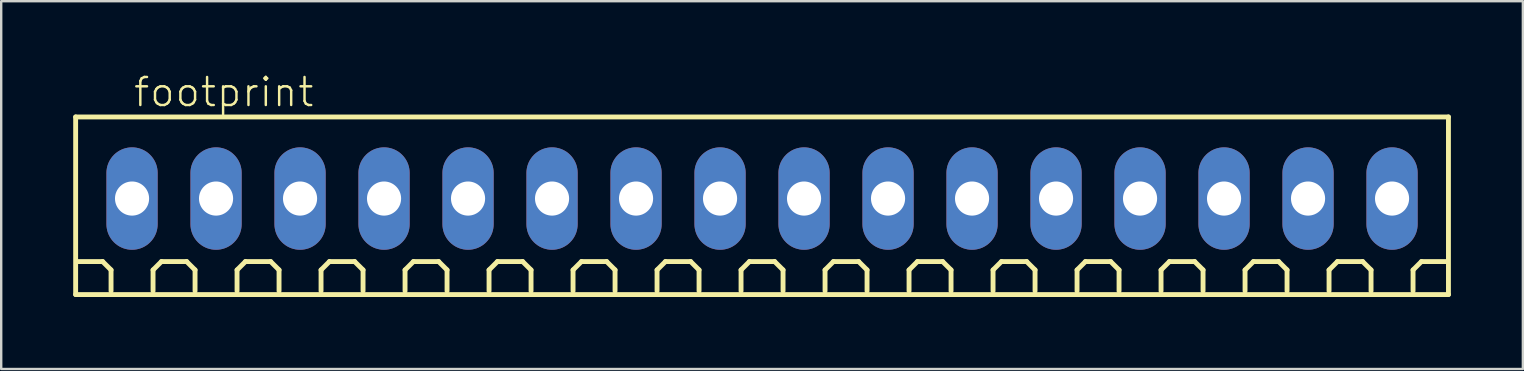
<source format=kicad_pcb>
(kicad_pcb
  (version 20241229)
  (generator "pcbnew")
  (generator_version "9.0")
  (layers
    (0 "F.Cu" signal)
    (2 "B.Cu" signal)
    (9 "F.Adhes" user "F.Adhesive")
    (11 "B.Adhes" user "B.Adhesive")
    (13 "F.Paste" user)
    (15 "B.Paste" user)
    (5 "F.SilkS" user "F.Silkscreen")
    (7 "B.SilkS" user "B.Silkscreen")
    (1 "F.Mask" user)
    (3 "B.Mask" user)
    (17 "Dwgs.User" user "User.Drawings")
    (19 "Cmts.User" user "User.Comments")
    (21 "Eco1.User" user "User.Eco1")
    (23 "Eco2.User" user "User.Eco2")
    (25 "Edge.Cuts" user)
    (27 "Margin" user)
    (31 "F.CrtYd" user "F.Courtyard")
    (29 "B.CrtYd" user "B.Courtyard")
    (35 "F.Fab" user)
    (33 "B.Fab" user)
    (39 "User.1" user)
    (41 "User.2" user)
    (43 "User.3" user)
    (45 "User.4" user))
  (footprint "footprint"
    (layer "F.Cu")
    (at 28.702 5.223)
    (property "Reference" "footprint" (at -26.25 -3.75 0) (layer "F.SilkS") (effects (font (size 1.168 1.168) (thickness 0.102)) (justify left bottom)))
    (fp_line (start -28.6 -3.4) (end 28.6 -3.4) (stroke (width 0.203) (type solid)) (layer "F.SilkS"))
    (fp_line (start -28.6 4) (end -28.6 -3.4) (stroke (width 0.203) (type solid)) (layer "F.SilkS"))
    (fp_line (start -27.475 2.625) (end -28.525 2.625) (stroke (width 0.203) (type solid)) (layer "F.SilkS"))
    (fp_line (start -27.125 2.975) (end -27.475 2.625) (stroke (width 0.203) (type solid)) (layer "F.SilkS"))
    (fp_line (start -27.125 3.85) (end -27.125 2.975) (stroke (width 0.203) (type solid)) (layer "F.SilkS"))
    (fp_line (start -25.375 2.975) (end -25.025 2.625) (stroke (width 0.203) (type solid)) (layer "F.SilkS"))
    (fp_line (start -25.375 3.85) (end -25.375 2.975) (stroke (width 0.203) (type solid)) (layer "F.SilkS"))
    (fp_line (start -25.025 2.625) (end -23.975 2.625) (stroke (width 0.203) (type solid)) (layer "F.SilkS"))
    (fp_line (start -23.975 2.625) (end -23.625 2.975) (stroke (width 0.203) (type solid)) (layer "F.SilkS"))
    (fp_line (start -23.625 2.975) (end -23.625 3.85) (stroke (width 0.203) (type solid)) (layer "F.SilkS"))
    (fp_line (start -21.875 2.975) (end -21.525 2.625) (stroke (width 0.203) (type solid)) (layer "F.SilkS"))
    (fp_line (start -21.875 3.85) (end -21.875 2.975) (stroke (width 0.203) (type solid)) (layer "F.SilkS"))
    (fp_line (start -21.525 2.625) (end -20.475 2.625) (stroke (width 0.203) (type solid)) (layer "F.SilkS"))
    (fp_line (start -20.475 2.625) (end -20.125 2.975) (stroke (width 0.203) (type solid)) (layer "F.SilkS"))
    (fp_line (start -20.125 2.975) (end -20.125 3.85) (stroke (width 0.203) (type solid)) (layer "F.SilkS"))
    (fp_line (start -18.375 2.975) (end -18.025 2.625) (stroke (width 0.203) (type solid)) (layer "F.SilkS"))
    (fp_line (start -18.375 3.85) (end -18.375 2.975) (stroke (width 0.203) (type solid)) (layer "F.SilkS"))
    (fp_line (start -18.025 2.625) (end -16.975 2.625) (stroke (width 0.203) (type solid)) (layer "F.SilkS"))
    (fp_line (start -16.975 2.625) (end -16.625 2.975) (stroke (width 0.203) (type solid)) (layer "F.SilkS"))
    (fp_line (start -16.625 2.975) (end -16.625 3.85) (stroke (width 0.203) (type solid)) (layer "F.SilkS"))
    (fp_line (start -14.875 2.975) (end -14.525 2.625) (stroke (width 0.203) (type solid)) (layer "F.SilkS"))
    (fp_line (start -14.875 3.85) (end -14.875 2.975) (stroke (width 0.203) (type solid)) (layer "F.SilkS"))
    (fp_line (start -14.525 2.625) (end -13.475 2.625) (stroke (width 0.203) (type solid)) (layer "F.SilkS"))
    (fp_line (start -13.475 2.625) (end -13.125 2.975) (stroke (width 0.203) (type solid)) (layer "F.SilkS"))
    (fp_line (start -13.125 2.975) (end -13.125 3.85) (stroke (width 0.203) (type solid)) (layer "F.SilkS"))
    (fp_line (start -11.375 2.975) (end -11.025 2.625) (stroke (width 0.203) (type solid)) (layer "F.SilkS"))
    (fp_line (start -11.375 3.85) (end -11.375 2.975) (stroke (width 0.203) (type solid)) (layer "F.SilkS"))
    (fp_line (start -11.025 2.625) (end -9.975 2.625) (stroke (width 0.203) (type solid)) (layer "F.SilkS"))
    (fp_line (start -9.975 2.625) (end -9.625 2.975) (stroke (width 0.203) (type solid)) (layer "F.SilkS"))
    (fp_line (start -9.625 2.975) (end -9.625 3.85) (stroke (width 0.203) (type solid)) (layer "F.SilkS"))
    (fp_line (start -7.875 2.975) (end -7.525 2.625) (stroke (width 0.203) (type solid)) (layer "F.SilkS"))
    (fp_line (start -7.875 3.85) (end -7.875 2.975) (stroke (width 0.203) (type solid)) (layer "F.SilkS"))
    (fp_line (start -7.525 2.625) (end -6.475 2.625) (stroke (width 0.203) (type solid)) (layer "F.SilkS"))
    (fp_line (start -6.475 2.625) (end -6.125 2.975) (stroke (width 0.203) (type solid)) (layer "F.SilkS"))
    (fp_line (start -6.125 2.975) (end -6.125 3.85) (stroke (width 0.203) (type solid)) (layer "F.SilkS"))
    (fp_line (start -4.375 2.975) (end -4.025 2.625) (stroke (width 0.203) (type solid)) (layer "F.SilkS"))
    (fp_line (start -4.375 3.85) (end -4.375 2.975) (stroke (width 0.203) (type solid)) (layer "F.SilkS"))
    (fp_line (start -4.025 2.625) (end -2.975 2.625) (stroke (width 0.203) (type solid)) (layer "F.SilkS"))
    (fp_line (start -2.975 2.625) (end -2.625 2.975) (stroke (width 0.203) (type solid)) (layer "F.SilkS"))
    (fp_line (start -2.625 2.975) (end -2.625 3.85) (stroke (width 0.203) (type solid)) (layer "F.SilkS"))
    (fp_line (start -0.875 2.975) (end -0.525 2.625) (stroke (width 0.203) (type solid)) (layer "F.SilkS"))
    (fp_line (start -0.875 3.85) (end -0.875 2.975) (stroke (width 0.203) (type solid)) (layer "F.SilkS"))
    (fp_line (start -0.525 2.625) (end 0.525 2.625) (stroke (width 0.203) (type solid)) (layer "F.SilkS"))
    (fp_line (start 0.525 2.625) (end 0.875 2.975) (stroke (width 0.203) (type solid)) (layer "F.SilkS"))
    (fp_line (start 0.875 2.975) (end 0.875 3.85) (stroke (width 0.203) (type solid)) (layer "F.SilkS"))
    (fp_line (start 2.625 2.975) (end 2.975 2.625) (stroke (width 0.203) (type solid)) (layer "F.SilkS"))
    (fp_line (start 2.625 3.85) (end 2.625 2.975) (stroke (width 0.203) (type solid)) (layer "F.SilkS"))
    (fp_line (start 2.975 2.625) (end 4.025 2.625) (stroke (width 0.203) (type solid)) (layer "F.SilkS"))
    (fp_line (start 4.025 2.625) (end 4.375 2.975) (stroke (width 0.203) (type solid)) (layer "F.SilkS"))
    (fp_line (start 4.375 2.975) (end 4.375 3.85) (stroke (width 0.203) (type solid)) (layer "F.SilkS"))
    (fp_line (start 6.125 2.975) (end 6.475 2.625) (stroke (width 0.203) (type solid)) (layer "F.SilkS"))
    (fp_line (start 6.125 3.85) (end 6.125 2.975) (stroke (width 0.203) (type solid)) (layer "F.SilkS"))
    (fp_line (start 6.475 2.625) (end 7.525 2.625) (stroke (width 0.203) (type solid)) (layer "F.SilkS"))
    (fp_line (start 7.525 2.625) (end 7.875 2.975) (stroke (width 0.203) (type solid)) (layer "F.SilkS"))
    (fp_line (start 7.875 2.975) (end 7.875 3.85) (stroke (width 0.203) (type solid)) (layer "F.SilkS"))
    (fp_line (start 9.625 2.975) (end 9.975 2.625) (stroke (width 0.203) (type solid)) (layer "F.SilkS"))
    (fp_line (start 9.625 3.85) (end 9.625 2.975) (stroke (width 0.203) (type solid)) (layer "F.SilkS"))
    (fp_line (start 9.975 2.625) (end 11.025 2.625) (stroke (width 0.203) (type solid)) (layer "F.SilkS"))
    (fp_line (start 11.025 2.625) (end 11.375 2.975) (stroke (width 0.203) (type solid)) (layer "F.SilkS"))
    (fp_line (start 11.375 2.975) (end 11.375 3.85) (stroke (width 0.203) (type solid)) (layer "F.SilkS"))
    (fp_line (start 13.125 2.975) (end 13.475 2.625) (stroke (width 0.203) (type solid)) (layer "F.SilkS"))
    (fp_line (start 13.125 3.85) (end 13.125 2.975) (stroke (width 0.203) (type solid)) (layer "F.SilkS"))
    (fp_line (start 13.475 2.625) (end 14.525 2.625) (stroke (width 0.203) (type solid)) (layer "F.SilkS"))
    (fp_line (start 14.525 2.625) (end 14.875 2.975) (stroke (width 0.203) (type solid)) (layer "F.SilkS"))
    (fp_line (start 14.875 2.975) (end 14.875 3.85) (stroke (width 0.203) (type solid)) (layer "F.SilkS"))
    (fp_line (start 16.625 2.975) (end 16.975 2.625) (stroke (width 0.203) (type solid)) (layer "F.SilkS"))
    (fp_line (start 16.625 3.85) (end 16.625 2.975) (stroke (width 0.203) (type solid)) (layer "F.SilkS"))
    (fp_line (start 16.975 2.625) (end 18.025 2.625) (stroke (width 0.203) (type solid)) (layer "F.SilkS"))
    (fp_line (start 18.025 2.625) (end 18.375 2.975) (stroke (width 0.203) (type solid)) (layer "F.SilkS"))
    (fp_line (start 18.375 2.975) (end 18.375 3.85) (stroke (width 0.203) (type solid)) (layer "F.SilkS"))
    (fp_line (start 20.125 2.975) (end 20.475 2.625) (stroke (width 0.203) (type solid)) (layer "F.SilkS"))
    (fp_line (start 20.125 3.85) (end 20.125 2.975) (stroke (width 0.203) (type solid)) (layer "F.SilkS"))
    (fp_line (start 20.475 2.625) (end 21.525 2.625) (stroke (width 0.203) (type solid)) (layer "F.SilkS"))
    (fp_line (start 21.525 2.625) (end 21.875 2.975) (stroke (width 0.203) (type solid)) (layer "F.SilkS"))
    (fp_line (start 21.875 2.975) (end 21.875 3.85) (stroke (width 0.203) (type solid)) (layer "F.SilkS"))
    (fp_line (start 23.625 2.975) (end 23.975 2.625) (stroke (width 0.203) (type solid)) (layer "F.SilkS"))
    (fp_line (start 23.625 3.85) (end 23.625 2.975) (stroke (width 0.203) (type solid)) (layer "F.SilkS"))
    (fp_line (start 23.975 2.625) (end 25.025 2.625) (stroke (width 0.203) (type solid)) (layer "F.SilkS"))
    (fp_line (start 25.025 2.625) (end 25.375 2.975) (stroke (width 0.203) (type solid)) (layer "F.SilkS"))
    (fp_line (start 25.375 2.975) (end 25.375 3.85) (stroke (width 0.203) (type solid)) (layer "F.SilkS"))
    (fp_line (start 27.125 2.975) (end 27.475 2.625) (stroke (width 0.203) (type solid)) (layer "F.SilkS"))
    (fp_line (start 27.125 3.85) (end 27.125 2.975) (stroke (width 0.203) (type solid)) (layer "F.SilkS"))
    (fp_line (start 28.525 2.625) (end 27.475 2.625) (stroke (width 0.203) (type solid)) (layer "F.SilkS"))
    (fp_line (start 28.6 -3.4) (end 28.6 4) (stroke (width 0.203) (type solid)) (layer "F.SilkS"))
    (fp_line (start 28.6 4) (end -28.6 4) (stroke (width 0.203) (type solid)) (layer "F.SilkS"))
    (pad "1" thru_hole oval (at -26.25 0 90) (size 4.267 2.134) (drill 1.422) (layers "*.Cu" "*.Mask"))
    (pad "2" thru_hole oval (at -22.75 0 90) (size 4.267 2.134) (drill 1.422) (layers "*.Cu" "*.Mask"))
    (pad "3" thru_hole oval (at -19.25 0 90) (size 4.267 2.134) (drill 1.422) (layers "*.Cu" "*.Mask"))
    (pad "4" thru_hole oval (at -15.75 0 90) (size 4.267 2.134) (drill 1.422) (layers "*.Cu" "*.Mask"))
    (pad "5" thru_hole oval (at -12.25 0 90) (size 4.267 2.134) (drill 1.422) (layers "*.Cu" "*.Mask"))
    (pad "6" thru_hole oval (at -8.75 0 90) (size 4.267 2.134) (drill 1.422) (layers "*.Cu" "*.Mask"))
    (pad "7" thru_hole oval (at -5.25 0 90) (size 4.267 2.134) (drill 1.422) (layers "*.Cu" "*.Mask"))
    (pad "8" thru_hole oval (at -1.75 0 90) (size 4.267 2.134) (drill 1.422) (layers "*.Cu" "*.Mask"))
    (pad "9" thru_hole oval (at 1.75 0 90) (size 4.267 2.134) (drill 1.422) (layers "*.Cu" "*.Mask"))
    (pad "10" thru_hole oval (at 5.25 0 90) (size 4.267 2.134) (drill 1.422) (layers "*.Cu" "*.Mask"))
    (pad "11" thru_hole oval (at 8.75 0 90) (size 4.267 2.134) (drill 1.422) (layers "*.Cu" "*.Mask"))
    (pad "12" thru_hole oval (at 12.25 0 90) (size 4.267 2.134) (drill 1.422) (layers "*.Cu" "*.Mask"))
    (pad "13" thru_hole oval (at 15.75 0 90) (size 4.267 2.134) (drill 1.422) (layers "*.Cu" "*.Mask"))
    (pad "14" thru_hole oval (at 19.25 0 90) (size 4.267 2.134) (drill 1.422) (layers "*.Cu" "*.Mask"))
    (pad "15" thru_hole oval (at 22.75 0 90) (size 4.267 2.134) (drill 1.422) (layers "*.Cu" "*.Mask"))
    (pad "16" thru_hole oval (at 26.25 0 90) (size 4.267 2.134) (drill 1.422) (layers "*.Cu" "*.Mask")))
  (gr_rect
    (start -3 -3)
    (end 60.403 12.325)
    (stroke (width 0.1) (type default))
    (fill no)
    (layer "Edge.Cuts")))
</source>
